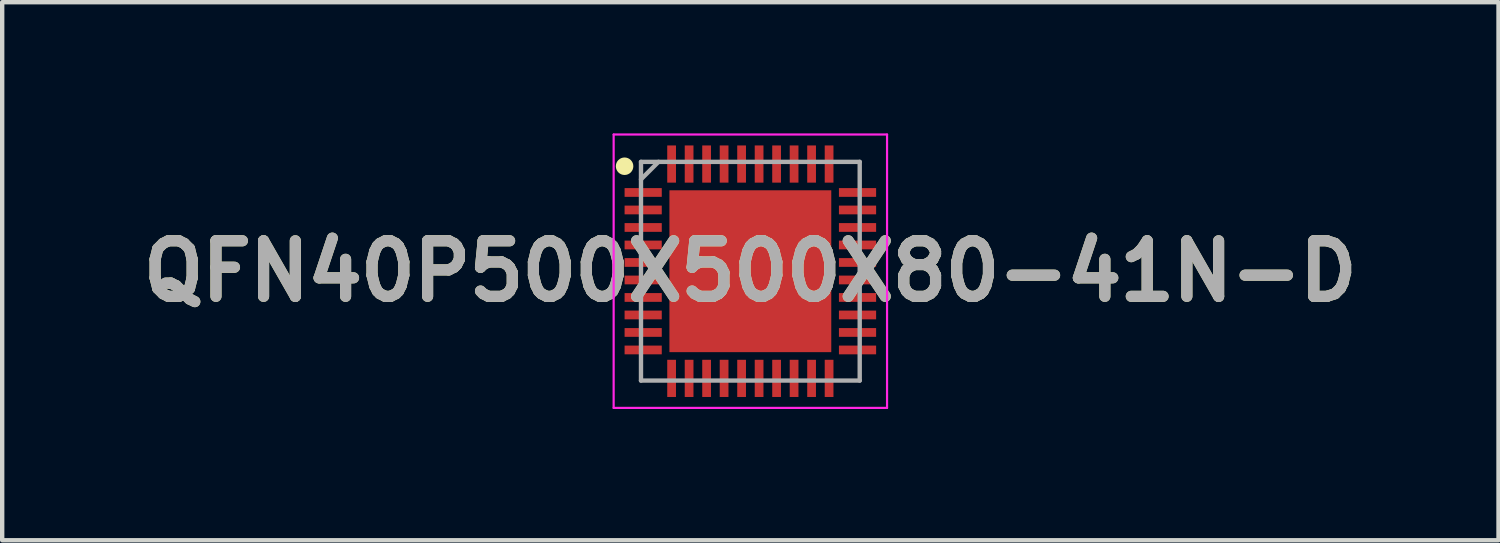
<source format=kicad_pcb>
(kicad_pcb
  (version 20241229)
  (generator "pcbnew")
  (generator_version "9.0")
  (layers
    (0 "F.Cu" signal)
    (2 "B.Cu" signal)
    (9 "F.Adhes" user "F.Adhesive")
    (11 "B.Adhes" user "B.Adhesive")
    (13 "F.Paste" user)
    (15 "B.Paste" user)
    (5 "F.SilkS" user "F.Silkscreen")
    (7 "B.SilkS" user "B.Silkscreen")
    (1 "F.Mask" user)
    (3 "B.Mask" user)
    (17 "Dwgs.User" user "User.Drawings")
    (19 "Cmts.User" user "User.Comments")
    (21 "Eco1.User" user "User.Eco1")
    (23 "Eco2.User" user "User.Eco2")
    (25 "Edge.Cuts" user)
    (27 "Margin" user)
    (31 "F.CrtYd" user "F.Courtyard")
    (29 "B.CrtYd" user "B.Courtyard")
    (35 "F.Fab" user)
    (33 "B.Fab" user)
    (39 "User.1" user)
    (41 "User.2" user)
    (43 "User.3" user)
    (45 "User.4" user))
  (footprint "QFN40P500X500X80-41N-D"
    (layer "F.Cu")
    (at 14.103 3.15)
    (property "Reference" "QFN40P500X500X80-41N-D" (at 0 0 0) (layer "F.SilkS") (effects (font (size 1.27 1.27) (thickness 0.254))))
    (attr smd)
    (fp_circle (center -2.875 -2.4) (end -2.875 -2.3) (stroke (width 0.2) (type solid)) (fill no) (layer "F.SilkS"))
    (fp_line (start -3.125 -3.125) (end 3.125 -3.125) (stroke (width 0.05) (type solid)) (layer "F.CrtYd"))
    (fp_line (start -3.125 3.125) (end -3.125 -3.125) (stroke (width 0.05) (type solid)) (layer "F.CrtYd"))
    (fp_line (start 3.125 -3.125) (end 3.125 3.125) (stroke (width 0.05) (type solid)) (layer "F.CrtYd"))
    (fp_line (start 3.125 3.125) (end -3.125 3.125) (stroke (width 0.05) (type solid)) (layer "F.CrtYd"))
    (fp_line (start -2.5 -2.5) (end 2.5 -2.5) (stroke (width 0.1) (type solid)) (layer "F.Fab"))
    (fp_line (start -2.5 -2.1) (end -2.1 -2.5) (stroke (width 0.1) (type solid)) (layer "F.Fab"))
    (fp_line (start -2.5 2.5) (end -2.5 -2.5) (stroke (width 0.1) (type solid)) (layer "F.Fab"))
    (fp_line (start 2.5 -2.5) (end 2.5 2.5) (stroke (width 0.1) (type solid)) (layer "F.Fab"))
    (fp_line (start 2.5 2.5) (end -2.5 2.5) (stroke (width 0.1) (type solid)) (layer "F.Fab"))
    (fp_text user "${REFERENCE}" (at 0 0 0) (layer "F.Fab") (effects (font (size 1.27 1.27) (thickness 0.254))))
    (pad "1" smd rect (at -2.45 -1.8 90) (size 0.2 0.85) (layers "F.Cu" "F.Mask" "F.Paste"))
    (pad "2" smd rect (at -2.45 -1.4 90) (size 0.2 0.85) (layers "F.Cu" "F.Mask" "F.Paste"))
    (pad "3" smd rect (at -2.45 -1 90) (size 0.2 0.85) (layers "F.Cu" "F.Mask" "F.Paste"))
    (pad "4" smd rect (at -2.45 -0.6 90) (size 0.2 0.85) (layers "F.Cu" "F.Mask" "F.Paste"))
    (pad "5" smd rect (at -2.45 -0.2 90) (size 0.2 0.85) (layers "F.Cu" "F.Mask" "F.Paste"))
    (pad "6" smd rect (at -2.45 0.2 90) (size 0.2 0.85) (layers "F.Cu" "F.Mask" "F.Paste"))
    (pad "7" smd rect (at -2.45 0.6 90) (size 0.2 0.85) (layers "F.Cu" "F.Mask" "F.Paste"))
    (pad "8" smd rect (at -2.45 1 90) (size 0.2 0.85) (layers "F.Cu" "F.Mask" "F.Paste"))
    (pad "9" smd rect (at -2.45 1.4 90) (size 0.2 0.85) (layers "F.Cu" "F.Mask" "F.Paste"))
    (pad "10" smd rect (at -2.45 1.8 90) (size 0.2 0.85) (layers "F.Cu" "F.Mask" "F.Paste"))
    (pad "11" smd rect (at -1.8 2.45) (size 0.2 0.85) (layers "F.Cu" "F.Mask" "F.Paste"))
    (pad "12" smd rect (at -1.4 2.45) (size 0.2 0.85) (layers "F.Cu" "F.Mask" "F.Paste"))
    (pad "13" smd rect (at -1 2.45) (size 0.2 0.85) (layers "F.Cu" "F.Mask" "F.Paste"))
    (pad "14" smd rect (at -0.6 2.45) (size 0.2 0.85) (layers "F.Cu" "F.Mask" "F.Paste"))
    (pad "15" smd rect (at -0.2 2.45) (size 0.2 0.85) (layers "F.Cu" "F.Mask" "F.Paste"))
    (pad "16" smd rect (at 0.2 2.45) (size 0.2 0.85) (layers "F.Cu" "F.Mask" "F.Paste"))
    (pad "17" smd rect (at 0.6 2.45) (size 0.2 0.85) (layers "F.Cu" "F.Mask" "F.Paste"))
    (pad "18" smd rect (at 1 2.45) (size 0.2 0.85) (layers "F.Cu" "F.Mask" "F.Paste"))
    (pad "19" smd rect (at 1.4 2.45) (size 0.2 0.85) (layers "F.Cu" "F.Mask" "F.Paste"))
    (pad "20" smd rect (at 1.8 2.45) (size 0.2 0.85) (layers "F.Cu" "F.Mask" "F.Paste"))
    (pad "21" smd rect (at 2.45 1.8 90) (size 0.2 0.85) (layers "F.Cu" "F.Mask" "F.Paste"))
    (pad "22" smd rect (at 2.45 1.4 90) (size 0.2 0.85) (layers "F.Cu" "F.Mask" "F.Paste"))
    (pad "23" smd rect (at 2.45 1 90) (size 0.2 0.85) (layers "F.Cu" "F.Mask" "F.Paste"))
    (pad "24" smd rect (at 2.45 0.6 90) (size 0.2 0.85) (layers "F.Cu" "F.Mask" "F.Paste"))
    (pad "25" smd rect (at 2.45 0.2 90) (size 0.2 0.85) (layers "F.Cu" "F.Mask" "F.Paste"))
    (pad "26" smd rect (at 2.45 -0.2 90) (size 0.2 0.85) (layers "F.Cu" "F.Mask" "F.Paste"))
    (pad "27" smd rect (at 2.45 -0.6 90) (size 0.2 0.85) (layers "F.Cu" "F.Mask" "F.Paste"))
    (pad "28" smd rect (at 2.45 -1 90) (size 0.2 0.85) (layers "F.Cu" "F.Mask" "F.Paste"))
    (pad "29" smd rect (at 2.45 -1.4 90) (size 0.2 0.85) (layers "F.Cu" "F.Mask" "F.Paste"))
    (pad "30" smd rect (at 2.45 -1.8 90) (size 0.2 0.85) (layers "F.Cu" "F.Mask" "F.Paste"))
    (pad "31" smd rect (at 1.8 -2.45) (size 0.2 0.85) (layers "F.Cu" "F.Mask" "F.Paste"))
    (pad "32" smd rect (at 1.4 -2.45) (size 0.2 0.85) (layers "F.Cu" "F.Mask" "F.Paste"))
    (pad "33" smd rect (at 1 -2.45) (size 0.2 0.85) (layers "F.Cu" "F.Mask" "F.Paste"))
    (pad "34" smd rect (at 0.6 -2.45) (size 0.2 0.85) (layers "F.Cu" "F.Mask" "F.Paste"))
    (pad "35" smd rect (at 0.2 -2.45) (size 0.2 0.85) (layers "F.Cu" "F.Mask" "F.Paste"))
    (pad "36" smd rect (at -0.2 -2.45) (size 0.2 0.85) (layers "F.Cu" "F.Mask" "F.Paste"))
    (pad "37" smd rect (at -0.6 -2.45) (size 0.2 0.85) (layers "F.Cu" "F.Mask" "F.Paste"))
    (pad "38" smd rect (at -1 -2.45) (size 0.2 0.85) (layers "F.Cu" "F.Mask" "F.Paste"))
    (pad "39" smd rect (at -1.4 -2.45) (size 0.2 0.85) (layers "F.Cu" "F.Mask" "F.Paste"))
    (pad "40" smd rect (at -1.8 -2.45) (size 0.2 0.85) (layers "F.Cu" "F.Mask" "F.Paste"))
    (pad "41" smd rect (at 0 0) (size 3.7 3.7) (layers "F.Cu" "F.Mask" "F.Paste")))
  (gr_rect
    (start -3 -3)
    (end 31.206 9.3)
    (stroke (width 0.1) (type default))
    (fill no)
    (layer "Edge.Cuts")))
</source>
